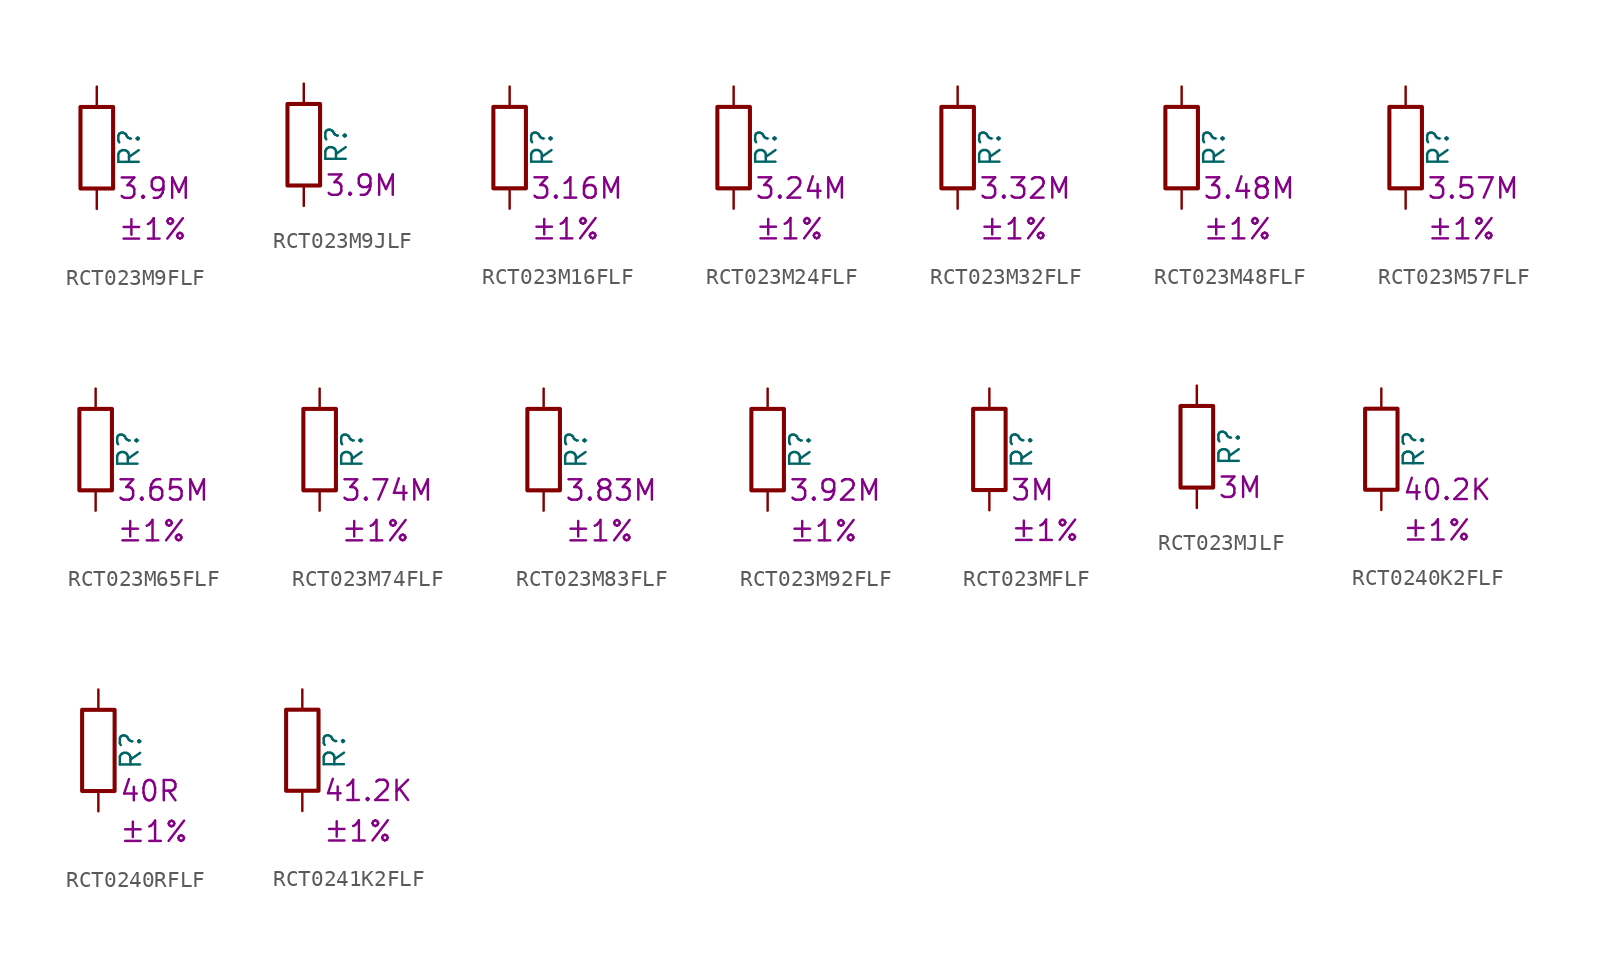
<source format=kicad_sym>
(kicad_symbol_lib
  (version 20220914)
  (generator kicad_symbol_editor)
  (symbol "RCT023M9FLF"
    (pin_numbers hide)
    (pin_names
      (offset 0))
    (property "Reference" "R"
      (at 2.032 0 90)
      (effects (font (size 1.27 1.27))))
    (property "Resistance" "3.9M"
      (at 1.27 -2.54 0)
      (effects (font (size 1.27 1.27)) (justify left)))
    (property "Tolerance" "±1%"
      (at 1.27 -5.08 0)
      (effects (font (size 1.27 1.27)) (justify left)))
    (symbol "RCT023M9FLF_0_1"
      (rectangle (start -1.016 -2.54) (end 1.016 2.54) (stroke (width 0.254) (type default)) (fill (type none))))
    (symbol "RCT023M9FLF_1_1"
      (pin passive line (at 0 3.81 270) (length 1.27) (name "~" (effects (font (size 1.27 1.27)))) (number "1" (effects (font (size 1.27 1.27)))))
      (pin passive line (at 0 -3.81 90) (length 1.27) (name "~" (effects (font (size 1.27 1.27)))) (number "2" (effects (font (size 1.27 1.27)))))))
  (symbol "RCT023M9JLF"
    (pin_numbers hide)
    (pin_names
      (offset 0))
    (property "Reference" "R"
      (at 2.032 0 90)
      (effects (font (size 1.27 1.27))))
    (property "Resistance" "3.9M"
      (at 1.27 -2.54 0)
      (effects (font (size 1.27 1.27)) (justify left)))
    (symbol "RCT023M9JLF_0_1"
      (rectangle (start -1.016 -2.54) (end 1.016 2.54) (stroke (width 0.254) (type default)) (fill (type none))))
    (symbol "RCT023M9JLF_1_1"
      (pin passive line (at 0 3.81 270) (length 1.27) (name "~" (effects (font (size 1.27 1.27)))) (number "1" (effects (font (size 1.27 1.27)))))
      (pin passive line (at 0 -3.81 90) (length 1.27) (name "~" (effects (font (size 1.27 1.27)))) (number "2" (effects (font (size 1.27 1.27)))))))
  (symbol "RCT023M16FLF"
    (pin_numbers hide)
    (pin_names
      (offset 0))
    (property "Reference" "R"
      (at 2.032 0 90)
      (effects (font (size 1.27 1.27))))
    (property "Resistance" "3.16M"
      (at 1.27 -2.54 0)
      (effects (font (size 1.27 1.27)) (justify left)))
    (property "Tolerance" "±1%"
      (at 1.27 -5.08 0)
      (effects (font (size 1.27 1.27)) (justify left)))
    (symbol "RCT023M16FLF_0_1"
      (rectangle (start -1.016 -2.54) (end 1.016 2.54) (stroke (width 0.254) (type default)) (fill (type none))))
    (symbol "RCT023M16FLF_1_1"
      (pin passive line (at 0 3.81 270) (length 1.27) (name "~" (effects (font (size 1.27 1.27)))) (number "1" (effects (font (size 1.27 1.27)))))
      (pin passive line (at 0 -3.81 90) (length 1.27) (name "~" (effects (font (size 1.27 1.27)))) (number "2" (effects (font (size 1.27 1.27)))))))
  (symbol "RCT023M24FLF"
    (pin_numbers hide)
    (pin_names
      (offset 0))
    (property "Reference" "R"
      (at 2.032 0 90)
      (effects (font (size 1.27 1.27))))
    (property "Resistance" "3.24M"
      (at 1.27 -2.54 0)
      (effects (font (size 1.27 1.27)) (justify left)))
    (property "Tolerance" "±1%"
      (at 1.27 -5.08 0)
      (effects (font (size 1.27 1.27)) (justify left)))
    (symbol "RCT023M24FLF_0_1"
      (rectangle (start -1.016 -2.54) (end 1.016 2.54) (stroke (width 0.254) (type default)) (fill (type none))))
    (symbol "RCT023M24FLF_1_1"
      (pin passive line (at 0 3.81 270) (length 1.27) (name "~" (effects (font (size 1.27 1.27)))) (number "1" (effects (font (size 1.27 1.27)))))
      (pin passive line (at 0 -3.81 90) (length 1.27) (name "~" (effects (font (size 1.27 1.27)))) (number "2" (effects (font (size 1.27 1.27)))))))
  (symbol "RCT023M32FLF"
    (pin_numbers hide)
    (pin_names
      (offset 0))
    (property "Reference" "R"
      (at 2.032 0 90)
      (effects (font (size 1.27 1.27))))
    (property "Resistance" "3.32M"
      (at 1.27 -2.54 0)
      (effects (font (size 1.27 1.27)) (justify left)))
    (property "Tolerance" "±1%"
      (at 1.27 -5.08 0)
      (effects (font (size 1.27 1.27)) (justify left)))
    (symbol "RCT023M32FLF_0_1"
      (rectangle (start -1.016 -2.54) (end 1.016 2.54) (stroke (width 0.254) (type default)) (fill (type none))))
    (symbol "RCT023M32FLF_1_1"
      (pin passive line (at 0 3.81 270) (length 1.27) (name "~" (effects (font (size 1.27 1.27)))) (number "1" (effects (font (size 1.27 1.27)))))
      (pin passive line (at 0 -3.81 90) (length 1.27) (name "~" (effects (font (size 1.27 1.27)))) (number "2" (effects (font (size 1.27 1.27)))))))
  (symbol "RCT023M48FLF"
    (pin_numbers hide)
    (pin_names
      (offset 0))
    (property "Reference" "R"
      (at 2.032 0 90)
      (effects (font (size 1.27 1.27))))
    (property "Resistance" "3.48M"
      (at 1.27 -2.54 0)
      (effects (font (size 1.27 1.27)) (justify left)))
    (property "Tolerance" "±1%"
      (at 1.27 -5.08 0)
      (effects (font (size 1.27 1.27)) (justify left)))
    (symbol "RCT023M48FLF_0_1"
      (rectangle (start -1.016 -2.54) (end 1.016 2.54) (stroke (width 0.254) (type default)) (fill (type none))))
    (symbol "RCT023M48FLF_1_1"
      (pin passive line (at 0 3.81 270) (length 1.27) (name "~" (effects (font (size 1.27 1.27)))) (number "1" (effects (font (size 1.27 1.27)))))
      (pin passive line (at 0 -3.81 90) (length 1.27) (name "~" (effects (font (size 1.27 1.27)))) (number "2" (effects (font (size 1.27 1.27)))))))
  (symbol "RCT023M57FLF"
    (pin_numbers hide)
    (pin_names
      (offset 0))
    (property "Reference" "R"
      (at 2.032 0 90)
      (effects (font (size 1.27 1.27))))
    (property "Resistance" "3.57M"
      (at 1.27 -2.54 0)
      (effects (font (size 1.27 1.27)) (justify left)))
    (property "Tolerance" "±1%"
      (at 1.27 -5.08 0)
      (effects (font (size 1.27 1.27)) (justify left)))
    (symbol "RCT023M57FLF_0_1"
      (rectangle (start -1.016 -2.54) (end 1.016 2.54) (stroke (width 0.254) (type default)) (fill (type none))))
    (symbol "RCT023M57FLF_1_1"
      (pin passive line (at 0 3.81 270) (length 1.27) (name "~" (effects (font (size 1.27 1.27)))) (number "1" (effects (font (size 1.27 1.27)))))
      (pin passive line (at 0 -3.81 90) (length 1.27) (name "~" (effects (font (size 1.27 1.27)))) (number "2" (effects (font (size 1.27 1.27)))))))
  (symbol "RCT023M65FLF"
    (pin_numbers hide)
    (pin_names
      (offset 0))
    (property "Reference" "R"
      (at 2.032 0 90)
      (effects (font (size 1.27 1.27))))
    (property "Resistance" "3.65M"
      (at 1.27 -2.54 0)
      (effects (font (size 1.27 1.27)) (justify left)))
    (property "Tolerance" "±1%"
      (at 1.27 -5.08 0)
      (effects (font (size 1.27 1.27)) (justify left)))
    (symbol "RCT023M65FLF_0_1"
      (rectangle (start -1.016 -2.54) (end 1.016 2.54) (stroke (width 0.254) (type default)) (fill (type none))))
    (symbol "RCT023M65FLF_1_1"
      (pin passive line (at 0 3.81 270) (length 1.27) (name "~" (effects (font (size 1.27 1.27)))) (number "1" (effects (font (size 1.27 1.27)))))
      (pin passive line (at 0 -3.81 90) (length 1.27) (name "~" (effects (font (size 1.27 1.27)))) (number "2" (effects (font (size 1.27 1.27)))))))
  (symbol "RCT023M74FLF"
    (pin_numbers hide)
    (pin_names
      (offset 0))
    (property "Reference" "R"
      (at 2.032 0 90)
      (effects (font (size 1.27 1.27))))
    (property "Resistance" "3.74M"
      (at 1.27 -2.54 0)
      (effects (font (size 1.27 1.27)) (justify left)))
    (property "Tolerance" "±1%"
      (at 1.27 -5.08 0)
      (effects (font (size 1.27 1.27)) (justify left)))
    (symbol "RCT023M74FLF_0_1"
      (rectangle (start -1.016 -2.54) (end 1.016 2.54) (stroke (width 0.254) (type default)) (fill (type none))))
    (symbol "RCT023M74FLF_1_1"
      (pin passive line (at 0 3.81 270) (length 1.27) (name "~" (effects (font (size 1.27 1.27)))) (number "1" (effects (font (size 1.27 1.27)))))
      (pin passive line (at 0 -3.81 90) (length 1.27) (name "~" (effects (font (size 1.27 1.27)))) (number "2" (effects (font (size 1.27 1.27)))))))
  (symbol "RCT023M83FLF"
    (pin_numbers hide)
    (pin_names
      (offset 0))
    (property "Reference" "R"
      (at 2.032 0 90)
      (effects (font (size 1.27 1.27))))
    (property "Resistance" "3.83M"
      (at 1.27 -2.54 0)
      (effects (font (size 1.27 1.27)) (justify left)))
    (property "Tolerance" "±1%"
      (at 1.27 -5.08 0)
      (effects (font (size 1.27 1.27)) (justify left)))
    (symbol "RCT023M83FLF_0_1"
      (rectangle (start -1.016 -2.54) (end 1.016 2.54) (stroke (width 0.254) (type default)) (fill (type none))))
    (symbol "RCT023M83FLF_1_1"
      (pin passive line (at 0 3.81 270) (length 1.27) (name "~" (effects (font (size 1.27 1.27)))) (number "1" (effects (font (size 1.27 1.27)))))
      (pin passive line (at 0 -3.81 90) (length 1.27) (name "~" (effects (font (size 1.27 1.27)))) (number "2" (effects (font (size 1.27 1.27)))))))
  (symbol "RCT023M92FLF"
    (pin_numbers hide)
    (pin_names
      (offset 0))
    (property "Reference" "R"
      (at 2.032 0 90)
      (effects (font (size 1.27 1.27))))
    (property "Resistance" "3.92M"
      (at 1.27 -2.54 0)
      (effects (font (size 1.27 1.27)) (justify left)))
    (property "Tolerance" "±1%"
      (at 1.27 -5.08 0)
      (effects (font (size 1.27 1.27)) (justify left)))
    (symbol "RCT023M92FLF_0_1"
      (rectangle (start -1.016 -2.54) (end 1.016 2.54) (stroke (width 0.254) (type default)) (fill (type none))))
    (symbol "RCT023M92FLF_1_1"
      (pin passive line (at 0 3.81 270) (length 1.27) (name "~" (effects (font (size 1.27 1.27)))) (number "1" (effects (font (size 1.27 1.27)))))
      (pin passive line (at 0 -3.81 90) (length 1.27) (name "~" (effects (font (size 1.27 1.27)))) (number "2" (effects (font (size 1.27 1.27)))))))
  (symbol "RCT023MFLF"
    (pin_numbers hide)
    (pin_names
      (offset 0))
    (property "Reference" "R"
      (at 2.032 0 90)
      (effects (font (size 1.27 1.27))))
    (property "Resistance" "3M"
      (at 1.27 -2.54 0)
      (effects (font (size 1.27 1.27)) (justify left)))
    (property "Tolerance" "±1%"
      (at 1.27 -5.08 0)
      (effects (font (size 1.27 1.27)) (justify left)))
    (symbol "RCT023MFLF_0_1"
      (rectangle (start -1.016 -2.54) (end 1.016 2.54) (stroke (width 0.254) (type default)) (fill (type none))))
    (symbol "RCT023MFLF_1_1"
      (pin passive line (at 0 3.81 270) (length 1.27) (name "~" (effects (font (size 1.27 1.27)))) (number "1" (effects (font (size 1.27 1.27)))))
      (pin passive line (at 0 -3.81 90) (length 1.27) (name "~" (effects (font (size 1.27 1.27)))) (number "2" (effects (font (size 1.27 1.27)))))))
  (symbol "RCT023MJLF"
    (pin_numbers hide)
    (pin_names
      (offset 0))
    (property "Reference" "R"
      (at 2.032 0 90)
      (effects (font (size 1.27 1.27))))
    (property "Resistance" "3M"
      (at 1.27 -2.54 0)
      (effects (font (size 1.27 1.27)) (justify left)))
    (symbol "RCT023MJLF_0_1"
      (rectangle (start -1.016 -2.54) (end 1.016 2.54) (stroke (width 0.254) (type default)) (fill (type none))))
    (symbol "RCT023MJLF_1_1"
      (pin passive line (at 0 3.81 270) (length 1.27) (name "~" (effects (font (size 1.27 1.27)))) (number "1" (effects (font (size 1.27 1.27)))))
      (pin passive line (at 0 -3.81 90) (length 1.27) (name "~" (effects (font (size 1.27 1.27)))) (number "2" (effects (font (size 1.27 1.27)))))))
  (symbol "RCT0240K2FLF"
    (pin_numbers hide)
    (pin_names
      (offset 0))
    (property "Reference" "R"
      (at 2.032 0 90)
      (effects (font (size 1.27 1.27))))
    (property "Resistance" "40.2K"
      (at 1.27 -2.54 0)
      (effects (font (size 1.27 1.27)) (justify left)))
    (property "Tolerance" "±1%"
      (at 1.27 -5.08 0)
      (effects (font (size 1.27 1.27)) (justify left)))
    (symbol "RCT0240K2FLF_0_1"
      (rectangle (start -1.016 -2.54) (end 1.016 2.54) (stroke (width 0.254) (type default)) (fill (type none))))
    (symbol "RCT0240K2FLF_1_1"
      (pin passive line (at 0 3.81 270) (length 1.27) (name "~" (effects (font (size 1.27 1.27)))) (number "1" (effects (font (size 1.27 1.27)))))
      (pin passive line (at 0 -3.81 90) (length 1.27) (name "~" (effects (font (size 1.27 1.27)))) (number "2" (effects (font (size 1.27 1.27)))))))
  (symbol "RCT0240RFLF"
    (pin_numbers hide)
    (pin_names
      (offset 0))
    (property "Reference" "R"
      (at 2.032 0 90)
      (effects (font (size 1.27 1.27))))
    (property "Resistance" "40R"
      (at 1.27 -2.54 0)
      (effects (font (size 1.27 1.27)) (justify left)))
    (property "Tolerance" "±1%"
      (at 1.27 -5.08 0)
      (effects (font (size 1.27 1.27)) (justify left)))
    (symbol "RCT0240RFLF_0_1"
      (rectangle (start -1.016 -2.54) (end 1.016 2.54) (stroke (width 0.254) (type default)) (fill (type none))))
    (symbol "RCT0240RFLF_1_1"
      (pin passive line (at 0 3.81 270) (length 1.27) (name "~" (effects (font (size 1.27 1.27)))) (number "1" (effects (font (size 1.27 1.27)))))
      (pin passive line (at 0 -3.81 90) (length 1.27) (name "~" (effects (font (size 1.27 1.27)))) (number "2" (effects (font (size 1.27 1.27)))))))
  (symbol "RCT0241K2FLF"
    (pin_numbers hide)
    (pin_names
      (offset 0))
    (property "Reference" "R"
      (at 2.032 0 90)
      (effects (font (size 1.27 1.27))))
    (property "Resistance" "41.2K"
      (at 1.27 -2.54 0)
      (effects (font (size 1.27 1.27)) (justify left)))
    (property "Tolerance" "±1%"
      (at 1.27 -5.08 0)
      (effects (font (size 1.27 1.27)) (justify left)))
    (symbol "RCT0241K2FLF_0_1"
      (rectangle (start -1.016 -2.54) (end 1.016 2.54) (stroke (width 0.254) (type default)) (fill (type none))))
    (symbol "RCT0241K2FLF_1_1"
      (pin passive line (at 0 3.81 270) (length 1.27) (name "~" (effects (font (size 1.27 1.27)))) (number "1" (effects (font (size 1.27 1.27)))))
      (pin passive line (at 0 -3.81 90) (length 1.27) (name "~" (effects (font (size 1.27 1.27)))) (number "2" (effects (font (size 1.27 1.27))))))))
</source>
